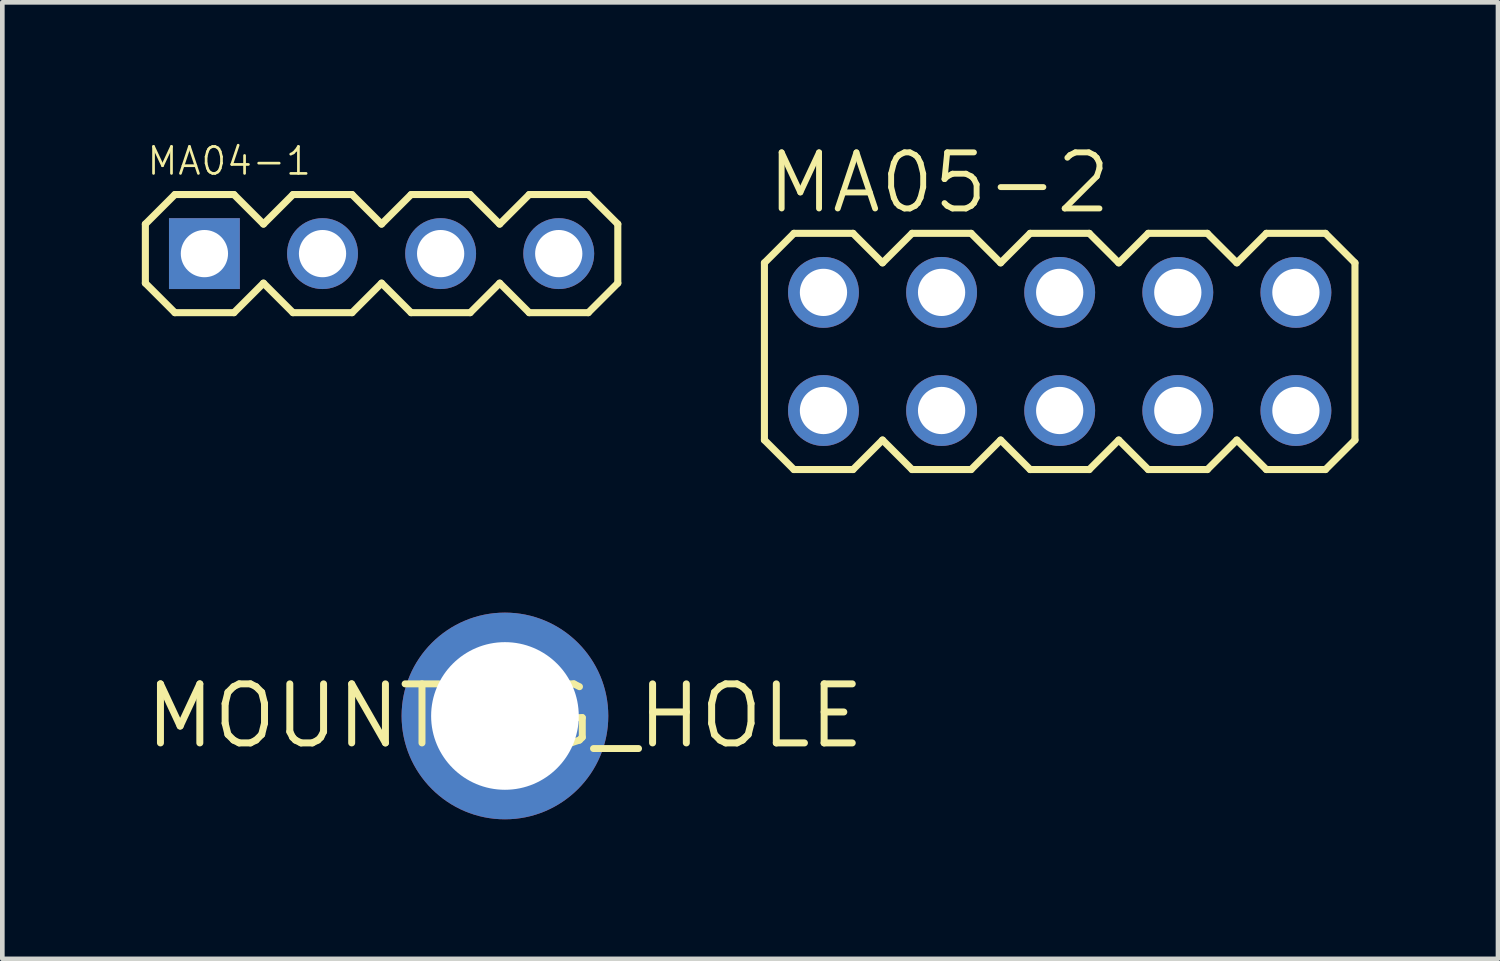
<source format=kicad_pcb>
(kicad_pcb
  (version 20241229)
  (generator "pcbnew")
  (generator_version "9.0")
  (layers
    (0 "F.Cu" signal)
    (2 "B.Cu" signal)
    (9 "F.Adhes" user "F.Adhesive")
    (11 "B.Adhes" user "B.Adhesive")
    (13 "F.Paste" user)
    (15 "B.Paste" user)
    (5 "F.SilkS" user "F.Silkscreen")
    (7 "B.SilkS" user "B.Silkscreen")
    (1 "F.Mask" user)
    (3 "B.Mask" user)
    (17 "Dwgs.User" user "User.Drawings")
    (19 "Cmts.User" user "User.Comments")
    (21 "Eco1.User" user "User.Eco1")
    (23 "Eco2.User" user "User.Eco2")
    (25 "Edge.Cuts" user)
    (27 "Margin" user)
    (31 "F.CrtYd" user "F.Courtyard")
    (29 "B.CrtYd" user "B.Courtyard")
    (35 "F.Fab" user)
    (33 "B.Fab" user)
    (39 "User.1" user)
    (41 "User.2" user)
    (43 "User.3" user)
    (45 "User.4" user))
  (footprint "MA04-1"
    (layer "F.Cu")
    (at 5.156 2.404)
    (property "Reference" "MA04-1" (at -5.08 -1.651 180) (layer "F.SilkS") (effects (font (size 0.579 0.579) (thickness 0.058)) (justify left bottom)))
    (attr through_hole)
    (fp_line (start -5.08 -0.635) (end -5.08 0.635) (stroke (width 0.152) (type solid)) (layer "F.SilkS"))
    (fp_line (start -5.08 0.635) (end -4.445 1.27) (stroke (width 0.152) (type solid)) (layer "F.SilkS"))
    (fp_line (start -4.445 -1.27) (end -5.08 -0.635) (stroke (width 0.152) (type solid)) (layer "F.SilkS"))
    (fp_line (start -4.445 -1.27) (end -3.175 -1.27) (stroke (width 0.152) (type solid)) (layer "F.SilkS"))
    (fp_line (start -3.175 -1.27) (end -2.54 -0.635) (stroke (width 0.152) (type solid)) (layer "F.SilkS"))
    (fp_line (start -3.175 1.27) (end -4.445 1.27) (stroke (width 0.152) (type solid)) (layer "F.SilkS"))
    (fp_line (start -2.54 -0.635) (end -1.905 -1.27) (stroke (width 0.152) (type solid)) (layer "F.SilkS"))
    (fp_line (start -2.54 0.635) (end -3.175 1.27) (stroke (width 0.152) (type solid)) (layer "F.SilkS"))
    (fp_line (start -1.905 -1.27) (end -0.635 -1.27) (stroke (width 0.152) (type solid)) (layer "F.SilkS"))
    (fp_line (start -1.905 1.27) (end -2.54 0.635) (stroke (width 0.152) (type solid)) (layer "F.SilkS"))
    (fp_line (start -0.635 -1.27) (end 0 -0.635) (stroke (width 0.152) (type solid)) (layer "F.SilkS"))
    (fp_line (start -0.635 1.27) (end -1.905 1.27) (stroke (width 0.152) (type solid)) (layer "F.SilkS"))
    (fp_line (start 0 -0.635) (end 0.635 -1.27) (stroke (width 0.152) (type solid)) (layer "F.SilkS"))
    (fp_line (start 0 0.635) (end -0.635 1.27) (stroke (width 0.152) (type solid)) (layer "F.SilkS"))
    (fp_line (start 0.635 -1.27) (end 1.905 -1.27) (stroke (width 0.152) (type solid)) (layer "F.SilkS"))
    (fp_line (start 0.635 1.27) (end 0 0.635) (stroke (width 0.152) (type solid)) (layer "F.SilkS"))
    (fp_line (start 1.905 -1.27) (end 2.54 -0.635) (stroke (width 0.152) (type solid)) (layer "F.SilkS"))
    (fp_line (start 1.905 1.27) (end 0.635 1.27) (stroke (width 0.152) (type solid)) (layer "F.SilkS"))
    (fp_line (start 2.54 0.635) (end 1.905 1.27) (stroke (width 0.152) (type solid)) (layer "F.SilkS"))
    (fp_line (start 2.54 0.635) (end 3.175 1.27) (stroke (width 0.152) (type solid)) (layer "F.SilkS"))
    (fp_line (start 3.175 -1.27) (end 2.54 -0.635) (stroke (width 0.152) (type solid)) (layer "F.SilkS"))
    (fp_line (start 3.175 -1.27) (end 4.445 -1.27) (stroke (width 0.152) (type solid)) (layer "F.SilkS"))
    (fp_line (start 4.445 -1.27) (end 5.08 -0.635) (stroke (width 0.152) (type solid)) (layer "F.SilkS"))
    (fp_line (start 4.445 1.27) (end 3.175 1.27) (stroke (width 0.152) (type solid)) (layer "F.SilkS"))
    (fp_line (start 5.08 -0.635) (end 5.08 0.635) (stroke (width 0.152) (type solid)) (layer "F.SilkS"))
    (fp_line (start 5.08 0.635) (end 4.445 1.27) (stroke (width 0.152) (type solid)) (layer "F.SilkS"))
    (fp_poly (pts (xy -4.064 0.254) (xy -3.556 0.254) (xy -3.556 -0.254) (xy -4.064 -0.254)) (stroke (width 0.1) (type solid)) (fill no) (layer "F.Fab"))
    (fp_poly (pts (xy -1.524 0.254) (xy -1.016 0.254) (xy -1.016 -0.254) (xy -1.524 -0.254)) (stroke (width 0.1) (type solid)) (fill no) (layer "F.Fab"))
    (fp_poly (pts (xy 1.016 0.254) (xy 1.524 0.254) (xy 1.524 -0.254) (xy 1.016 -0.254)) (stroke (width 0.1) (type solid)) (fill no) (layer "F.Fab"))
    (fp_poly (pts (xy 3.556 0.254) (xy 4.064 0.254) (xy 4.064 -0.254) (xy 3.556 -0.254)) (stroke (width 0.1) (type solid)) (fill no) (layer "F.Fab"))
    (pad "1" thru_hole rect (at -3.81 0 90) (size 1.524 1.524) (drill 1.016) (layers "*.Cu" "*.Mask"))
    (pad "2" thru_hole circle (at -1.27 0 90) (size 1.524 1.524) (drill 1.016) (layers "*.Cu" "*.Mask"))
    (pad "3" thru_hole circle (at 1.27 0 90) (size 1.524 1.524) (drill 1.016) (layers "*.Cu" "*.Mask"))
    (pad "4" thru_hole circle (at 3.81 0 90) (size 1.524 1.524) (drill 1.016) (layers "*.Cu" "*.Mask")))
  (footprint "MA05-2"
    (layer "F.Cu")
    (at 19.739 4.508)
    (property "Reference" "MA05-2" (at -6.35 -2.921 0) (layer "F.SilkS") (effects (font (size 1.206 1.206) (thickness 0.127)) (justify left bottom)))
    (attr through_hole)
    (fp_line (start -6.35 -1.905) (end -6.35 1.905) (stroke (width 0.152) (type solid)) (layer "F.SilkS"))
    (fp_line (start -6.35 1.905) (end -5.715 2.54) (stroke (width 0.152) (type solid)) (layer "F.SilkS"))
    (fp_line (start -5.715 -2.54) (end -6.35 -1.905) (stroke (width 0.152) (type solid)) (layer "F.SilkS"))
    (fp_line (start -5.715 -2.54) (end -4.445 -2.54) (stroke (width 0.152) (type solid)) (layer "F.SilkS"))
    (fp_line (start -4.445 -2.54) (end -3.81 -1.905) (stroke (width 0.152) (type solid)) (layer "F.SilkS"))
    (fp_line (start -4.445 2.54) (end -5.715 2.54) (stroke (width 0.152) (type solid)) (layer "F.SilkS"))
    (fp_line (start -3.81 -1.905) (end -3.175 -2.54) (stroke (width 0.152) (type solid)) (layer "F.SilkS"))
    (fp_line (start -3.81 1.905) (end -4.445 2.54) (stroke (width 0.152) (type solid)) (layer "F.SilkS"))
    (fp_line (start -3.175 -2.54) (end -1.905 -2.54) (stroke (width 0.152) (type solid)) (layer "F.SilkS"))
    (fp_line (start -3.175 2.54) (end -3.81 1.905) (stroke (width 0.152) (type solid)) (layer "F.SilkS"))
    (fp_line (start -1.905 -2.54) (end -1.27 -1.905) (stroke (width 0.152) (type solid)) (layer "F.SilkS"))
    (fp_line (start -1.905 2.54) (end -3.175 2.54) (stroke (width 0.152) (type solid)) (layer "F.SilkS"))
    (fp_line (start -1.27 -1.905) (end -0.635 -2.54) (stroke (width 0.152) (type solid)) (layer "F.SilkS"))
    (fp_line (start -1.27 1.905) (end -1.905 2.54) (stroke (width 0.152) (type solid)) (layer "F.SilkS"))
    (fp_line (start -0.635 -2.54) (end 0.635 -2.54) (stroke (width 0.152) (type solid)) (layer "F.SilkS"))
    (fp_line (start -0.635 2.54) (end -1.27 1.905) (stroke (width 0.152) (type solid)) (layer "F.SilkS"))
    (fp_line (start 0.635 -2.54) (end 1.27 -1.905) (stroke (width 0.152) (type solid)) (layer "F.SilkS"))
    (fp_line (start 0.635 2.54) (end -0.635 2.54) (stroke (width 0.152) (type solid)) (layer "F.SilkS"))
    (fp_line (start 1.27 1.905) (end 0.635 2.54) (stroke (width 0.152) (type solid)) (layer "F.SilkS"))
    (fp_line (start 1.27 1.905) (end 1.905 2.54) (stroke (width 0.152) (type solid)) (layer "F.SilkS"))
    (fp_line (start 1.905 -2.54) (end 1.27 -1.905) (stroke (width 0.152) (type solid)) (layer "F.SilkS"))
    (fp_line (start 1.905 -2.54) (end 3.175 -2.54) (stroke (width 0.152) (type solid)) (layer "F.SilkS"))
    (fp_line (start 3.175 -2.54) (end 3.81 -1.905) (stroke (width 0.152) (type solid)) (layer "F.SilkS"))
    (fp_line (start 3.175 2.54) (end 1.905 2.54) (stroke (width 0.152) (type solid)) (layer "F.SilkS"))
    (fp_line (start 3.81 -1.905) (end 4.445 -2.54) (stroke (width 0.152) (type solid)) (layer "F.SilkS"))
    (fp_line (start 3.81 1.905) (end 3.175 2.54) (stroke (width 0.152) (type solid)) (layer "F.SilkS"))
    (fp_line (start 4.445 -2.54) (end 5.715 -2.54) (stroke (width 0.152) (type solid)) (layer "F.SilkS"))
    (fp_line (start 4.445 2.54) (end 3.81 1.905) (stroke (width 0.152) (type solid)) (layer "F.SilkS"))
    (fp_line (start 5.715 -2.54) (end 6.35 -1.905) (stroke (width 0.152) (type solid)) (layer "F.SilkS"))
    (fp_line (start 5.715 2.54) (end 4.445 2.54) (stroke (width 0.152) (type solid)) (layer "F.SilkS"))
    (fp_line (start 6.35 -1.905) (end 6.35 1.905) (stroke (width 0.152) (type solid)) (layer "F.SilkS"))
    (fp_line (start 6.35 1.905) (end 5.715 2.54) (stroke (width 0.152) (type solid)) (layer "F.SilkS"))
    (fp_poly (pts (xy -5.334 -1.016) (xy -4.826 -1.016) (xy -4.826 -1.524) (xy -5.334 -1.524)) (stroke (width 0.1) (type solid)) (fill no) (layer "F.Fab"))
    (fp_poly (pts (xy -5.334 1.524) (xy -4.826 1.524) (xy -4.826 1.016) (xy -5.334 1.016)) (stroke (width 0.1) (type solid)) (fill no) (layer "F.Fab"))
    (fp_poly (pts (xy -2.794 -1.016) (xy -2.286 -1.016) (xy -2.286 -1.524) (xy -2.794 -1.524)) (stroke (width 0.1) (type solid)) (fill no) (layer "F.Fab"))
    (fp_poly (pts (xy -2.794 1.524) (xy -2.286 1.524) (xy -2.286 1.016) (xy -2.794 1.016)) (stroke (width 0.1) (type solid)) (fill no) (layer "F.Fab"))
    (fp_poly (pts (xy -0.254 -1.016) (xy 0.254 -1.016) (xy 0.254 -1.524) (xy -0.254 -1.524)) (stroke (width 0.1) (type solid)) (fill no) (layer "F.Fab"))
    (fp_poly (pts (xy -0.254 1.524) (xy 0.254 1.524) (xy 0.254 1.016) (xy -0.254 1.016)) (stroke (width 0.1) (type solid)) (fill no) (layer "F.Fab"))
    (fp_poly (pts (xy 2.286 -1.016) (xy 2.794 -1.016) (xy 2.794 -1.524) (xy 2.286 -1.524)) (stroke (width 0.1) (type solid)) (fill no) (layer "F.Fab"))
    (fp_poly (pts (xy 2.286 1.524) (xy 2.794 1.524) (xy 2.794 1.016) (xy 2.286 1.016)) (stroke (width 0.1) (type solid)) (fill no) (layer "F.Fab"))
    (fp_poly (pts (xy 4.826 -1.016) (xy 5.334 -1.016) (xy 5.334 -1.524) (xy 4.826 -1.524)) (stroke (width 0.1) (type solid)) (fill no) (layer "F.Fab"))
    (fp_poly (pts (xy 4.826 1.524) (xy 5.334 1.524) (xy 5.334 1.016) (xy 4.826 1.016)) (stroke (width 0.1) (type solid)) (fill no) (layer "F.Fab"))
    (pad "1" thru_hole circle (at -5.08 1.27) (size 1.524 1.524) (drill 1.016) (layers "*.Cu" "*.Mask"))
    (pad "2" thru_hole circle (at -5.08 -1.27) (size 1.524 1.524) (drill 1.016) (layers "*.Cu" "*.Mask"))
    (pad "3" thru_hole circle (at -2.54 1.27) (size 1.524 1.524) (drill 1.016) (layers "*.Cu" "*.Mask"))
    (pad "4" thru_hole circle (at -2.54 -1.27) (size 1.524 1.524) (drill 1.016) (layers "*.Cu" "*.Mask"))
    (pad "5" thru_hole circle (at 0 1.27) (size 1.524 1.524) (drill 1.016) (layers "*.Cu" "*.Mask"))
    (pad "6" thru_hole circle (at 0 -1.27) (size 1.524 1.524) (drill 1.016) (layers "*.Cu" "*.Mask"))
    (pad "7" thru_hole circle (at 2.54 1.27) (size 1.524 1.524) (drill 1.016) (layers "*.Cu" "*.Mask"))
    (pad "8" thru_hole circle (at 2.54 -1.27) (size 1.524 1.524) (drill 1.016) (layers "*.Cu" "*.Mask"))
    (pad "9" thru_hole circle (at 5.08 1.27) (size 1.524 1.524) (drill 1.016) (layers "*.Cu" "*.Mask"))
    (pad "10" thru_hole circle (at 5.08 -1.27) (size 1.524 1.524) (drill 1.016) (layers "*.Cu" "*.Mask")))
  (footprint "MOUNTING_HOLE"
    (layer "F.Cu")
    (at 7.809 12.347)
    (property "Reference" "MOUNTING_HOLE" (at 0 0 0) (layer "F.SilkS") (effects (font (size 1.27 1.27) (thickness 0.15))))
    (attr through_hole)
    (pad "P$1" thru_hole circle (at 0 0) (size 4.445 4.445) (drill 3.175) (layers "*.Cu" "*.Mask")))
  (gr_rect
    (start -3 -3)
    (end 29.165 17.57)
    (stroke (width 0.1) (type default))
    (fill no)
    (layer "Edge.Cuts")))
</source>
